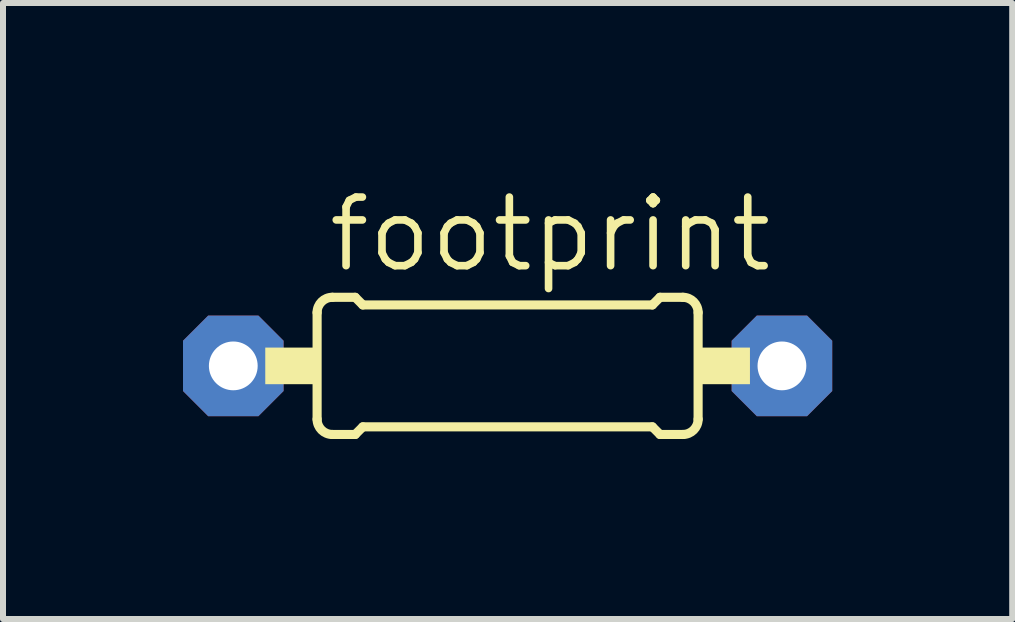
<source format=kicad_pcb>
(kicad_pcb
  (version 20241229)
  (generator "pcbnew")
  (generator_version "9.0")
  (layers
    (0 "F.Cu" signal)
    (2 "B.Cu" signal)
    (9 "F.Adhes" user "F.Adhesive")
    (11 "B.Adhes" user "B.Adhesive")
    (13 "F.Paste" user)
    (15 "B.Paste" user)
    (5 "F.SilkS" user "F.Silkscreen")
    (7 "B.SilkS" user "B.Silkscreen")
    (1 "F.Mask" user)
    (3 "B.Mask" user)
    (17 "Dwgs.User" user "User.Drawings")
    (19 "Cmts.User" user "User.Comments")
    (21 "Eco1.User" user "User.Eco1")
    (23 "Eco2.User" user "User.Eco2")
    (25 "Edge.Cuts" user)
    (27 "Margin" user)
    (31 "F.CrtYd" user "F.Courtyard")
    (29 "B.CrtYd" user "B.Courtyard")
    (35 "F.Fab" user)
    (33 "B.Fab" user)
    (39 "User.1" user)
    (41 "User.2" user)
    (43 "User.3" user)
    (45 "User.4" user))
  (footprint "footprint"
    (layer "F.Cu")
    (at 5.41 3.048)
    (property "Reference" "footprint" (at -3.048 -1.524 0) (layer "F.SilkS") (effects (font (size 1.143 1.143) (thickness 0.127)) (justify left bottom)))
    (fp_line (start -3.175 0.889) (end -3.175 -0.889) (stroke (width 0.152) (type solid)) (layer "F.SilkS"))
    (fp_line (start -2.921 -1.143) (end -2.54 -1.143) (stroke (width 0.152) (type solid)) (layer "F.SilkS"))
    (fp_line (start -2.921 1.143) (end -2.54 1.143) (stroke (width 0.152) (type solid)) (layer "F.SilkS"))
    (fp_line (start -2.413 -1.016) (end -2.54 -1.143) (stroke (width 0.152) (type solid)) (layer "F.SilkS"))
    (fp_line (start -2.413 1.016) (end -2.54 1.143) (stroke (width 0.152) (type solid)) (layer "F.SilkS"))
    (fp_line (start 2.413 -1.016) (end -2.413 -1.016) (stroke (width 0.152) (type solid)) (layer "F.SilkS"))
    (fp_line (start 2.413 -1.016) (end 2.54 -1.143) (stroke (width 0.152) (type solid)) (layer "F.SilkS"))
    (fp_line (start 2.413 1.016) (end -2.413 1.016) (stroke (width 0.152) (type solid)) (layer "F.SilkS"))
    (fp_line (start 2.413 1.016) (end 2.54 1.143) (stroke (width 0.152) (type solid)) (layer "F.SilkS"))
    (fp_line (start 2.921 -1.143) (end 2.54 -1.143) (stroke (width 0.152) (type solid)) (layer "F.SilkS"))
    (fp_line (start 2.921 1.143) (end 2.54 1.143) (stroke (width 0.152) (type solid)) (layer "F.SilkS"))
    (fp_line (start 3.175 0.889) (end 3.175 -0.889) (stroke (width 0.152) (type solid)) (layer "F.SilkS"))
    (fp_arc (start -3.175 -0.889) (mid -3.100605 -1.068605) (end -2.921 -1.143) (stroke (width 0.1524) (type solid)) (layer "F.SilkS"))
    (fp_arc (start -2.921 1.143) (mid -3.100605 1.068605) (end -3.175 0.889) (stroke (width 0.1524) (type solid)) (layer "F.SilkS"))
    (fp_arc (start 2.921 -1.143) (mid 3.100605 -1.068605) (end 3.175 -0.889) (stroke (width 0.1524) (type solid)) (layer "F.SilkS"))
    (fp_arc (start 3.175 0.889) (mid 3.100605 1.068605) (end 2.921 1.143) (stroke (width 0.1524) (type solid)) (layer "F.SilkS"))
    (fp_poly (pts (xy -4.039 0.305) (xy -3.175 0.305) (xy -3.175 -0.305) (xy -4.039 -0.305)) (stroke (width 0) (type solid)) (fill yes) (layer "F.SilkS"))
    (fp_poly (pts (xy 3.175 0.305) (xy 4.039 0.305) (xy 4.039 -0.305) (xy 3.175 -0.305)) (stroke (width 0) (type solid)) (fill yes) (layer "F.SilkS"))
    (pad "1" thru_hole roundrect (at -4.572 0) (size 1.676 1.676) (drill 0.813) (layers "*.Cu" "*.Mask") (roundrect_rratio 0.25) (chamfer_ratio 0.25) (chamfer top_left top_right bottom_left bottom_right))
    (pad "2" thru_hole roundrect (at 4.572 0) (size 1.676 1.676) (drill 0.813) (layers "*.Cu" "*.Mask") (roundrect_rratio 0.25) (chamfer_ratio 0.25) (chamfer top_left top_right bottom_left bottom_right)))
  (gr_rect
    (start -3 -3)
    (end 13.82 7.267)
    (stroke (width 0.1) (type default))
    (fill no)
    (layer "Edge.Cuts")))
</source>
